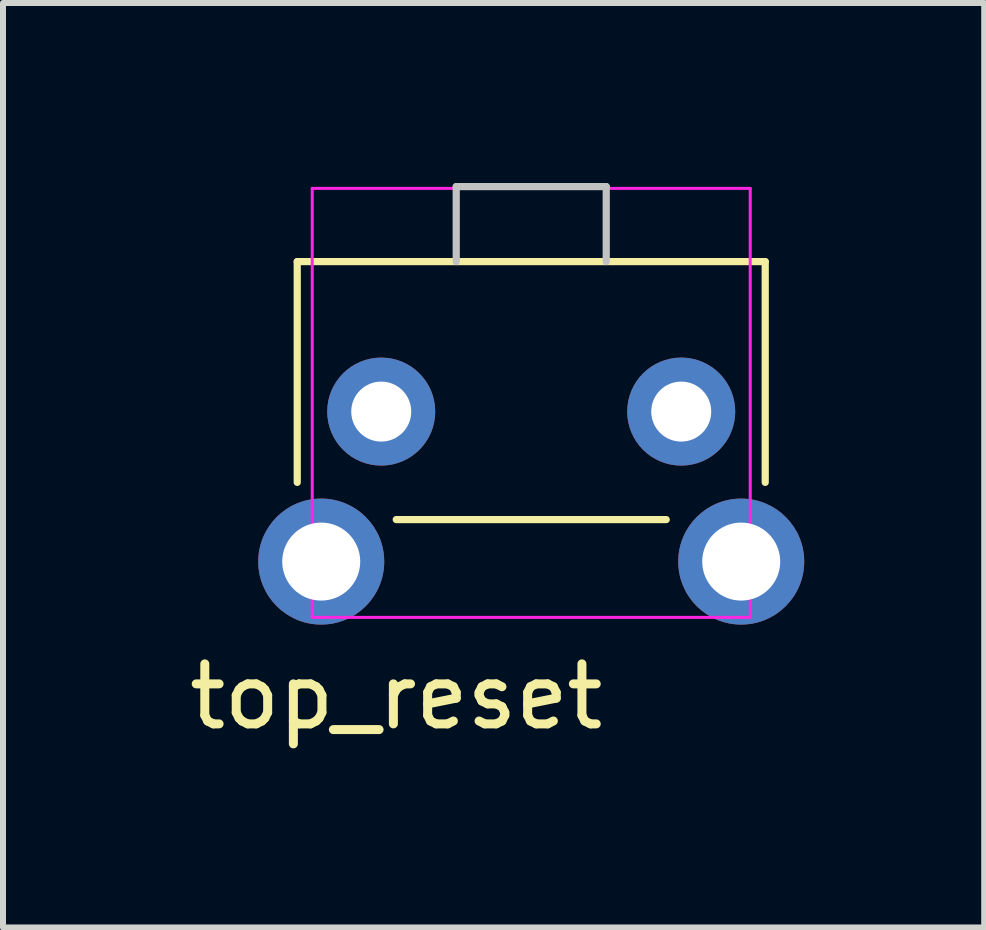
<source format=kicad_pcb>
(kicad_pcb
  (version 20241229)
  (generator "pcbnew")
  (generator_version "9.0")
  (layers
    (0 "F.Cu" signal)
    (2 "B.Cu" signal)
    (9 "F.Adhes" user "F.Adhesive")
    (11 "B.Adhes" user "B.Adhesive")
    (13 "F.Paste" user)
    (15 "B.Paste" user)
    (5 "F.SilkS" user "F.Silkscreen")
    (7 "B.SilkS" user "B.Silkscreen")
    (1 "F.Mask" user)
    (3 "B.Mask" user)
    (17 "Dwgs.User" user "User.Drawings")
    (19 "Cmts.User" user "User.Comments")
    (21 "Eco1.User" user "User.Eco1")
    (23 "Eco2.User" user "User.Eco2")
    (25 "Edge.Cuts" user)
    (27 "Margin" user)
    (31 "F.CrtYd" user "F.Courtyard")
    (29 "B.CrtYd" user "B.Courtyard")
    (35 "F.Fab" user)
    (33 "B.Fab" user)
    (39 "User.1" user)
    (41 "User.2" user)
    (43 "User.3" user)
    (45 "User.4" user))
  (footprint "top_reset"
    (layer "F.Cu")
    (at 5.804 5.06)
    (property "Reference" "top_reset" (at -2.25 3.5 0) (unlocked yes) (layer "F.SilkS") (effects (font (size 1 1) (thickness 0.15))))
    (attr through_hole)
    (fp_line (start -3.9 -3.75) (end 3.9 -3.75) (stroke (width 0.12) (type solid)) (layer "F.SilkS"))
    (fp_line (start -3.9 -0.07) (end -3.9 -3.75) (stroke (width 0.12) (type solid)) (layer "F.SilkS"))
    (fp_line (start -2.25 0.55) (end 2.25 0.55) (stroke (width 0.12) (type solid)) (layer "F.SilkS"))
    (fp_line (start 3.9 -0.07) (end 3.9 -3.75) (stroke (width 0.12) (type solid)) (layer "F.SilkS"))
    (fp_line (start -1.25 -5) (end 1.25 -5) (stroke (width 0.12) (type solid)) (layer "Dwgs.User"))
    (fp_line (start -1.25 -3.75) (end -1.25 -5) (stroke (width 0.12) (type solid)) (layer "Dwgs.User"))
    (fp_line (start 1.25 -3.75) (end 1.25 -5) (stroke (width 0.12) (type solid)) (layer "Dwgs.User"))
    (fp_line (start -3.65 -4.97) (end -3.65 2.18) (stroke (width 0.05) (type solid)) (layer "F.CrtYd"))
    (fp_line (start -3.65 -4.97) (end 3.65 -4.97) (stroke (width 0.05) (type solid)) (layer "F.CrtYd"))
    (fp_line (start -3.65 2.18) (end 3.65 2.18) (stroke (width 0.05) (type solid)) (layer "F.CrtYd"))
    (fp_line (start 3.65 -4.97) (end 3.65 2.18) (stroke (width 0.05) (type solid)) (layer "F.CrtYd"))
    (pad "1" thru_hole circle (at 2.5 -1.25) (size 1.8 1.8) (drill 1) (layers "*.Cu" "B.Mask"))
    (pad "2" thru_hole circle (at -2.5 -1.25) (size 1.8 1.8) (drill 1) (layers "*.Cu" "B.Mask"))
    (pad "MP" thru_hole circle (at -3.5 1.25) (size 2.1 2.1) (drill 1.3) (layers "*.Cu" "*.Mask"))
    (pad "MP" thru_hole circle (at 3.5 1.25) (size 2.1 2.1) (drill 1.3) (layers "*.Cu" "*.Mask")))
  (gr_rect
    (start -3 -3)
    (end 13.354 12.408)
    (stroke (width 0.1) (type default))
    (fill no)
    (layer "Edge.Cuts")))
</source>
